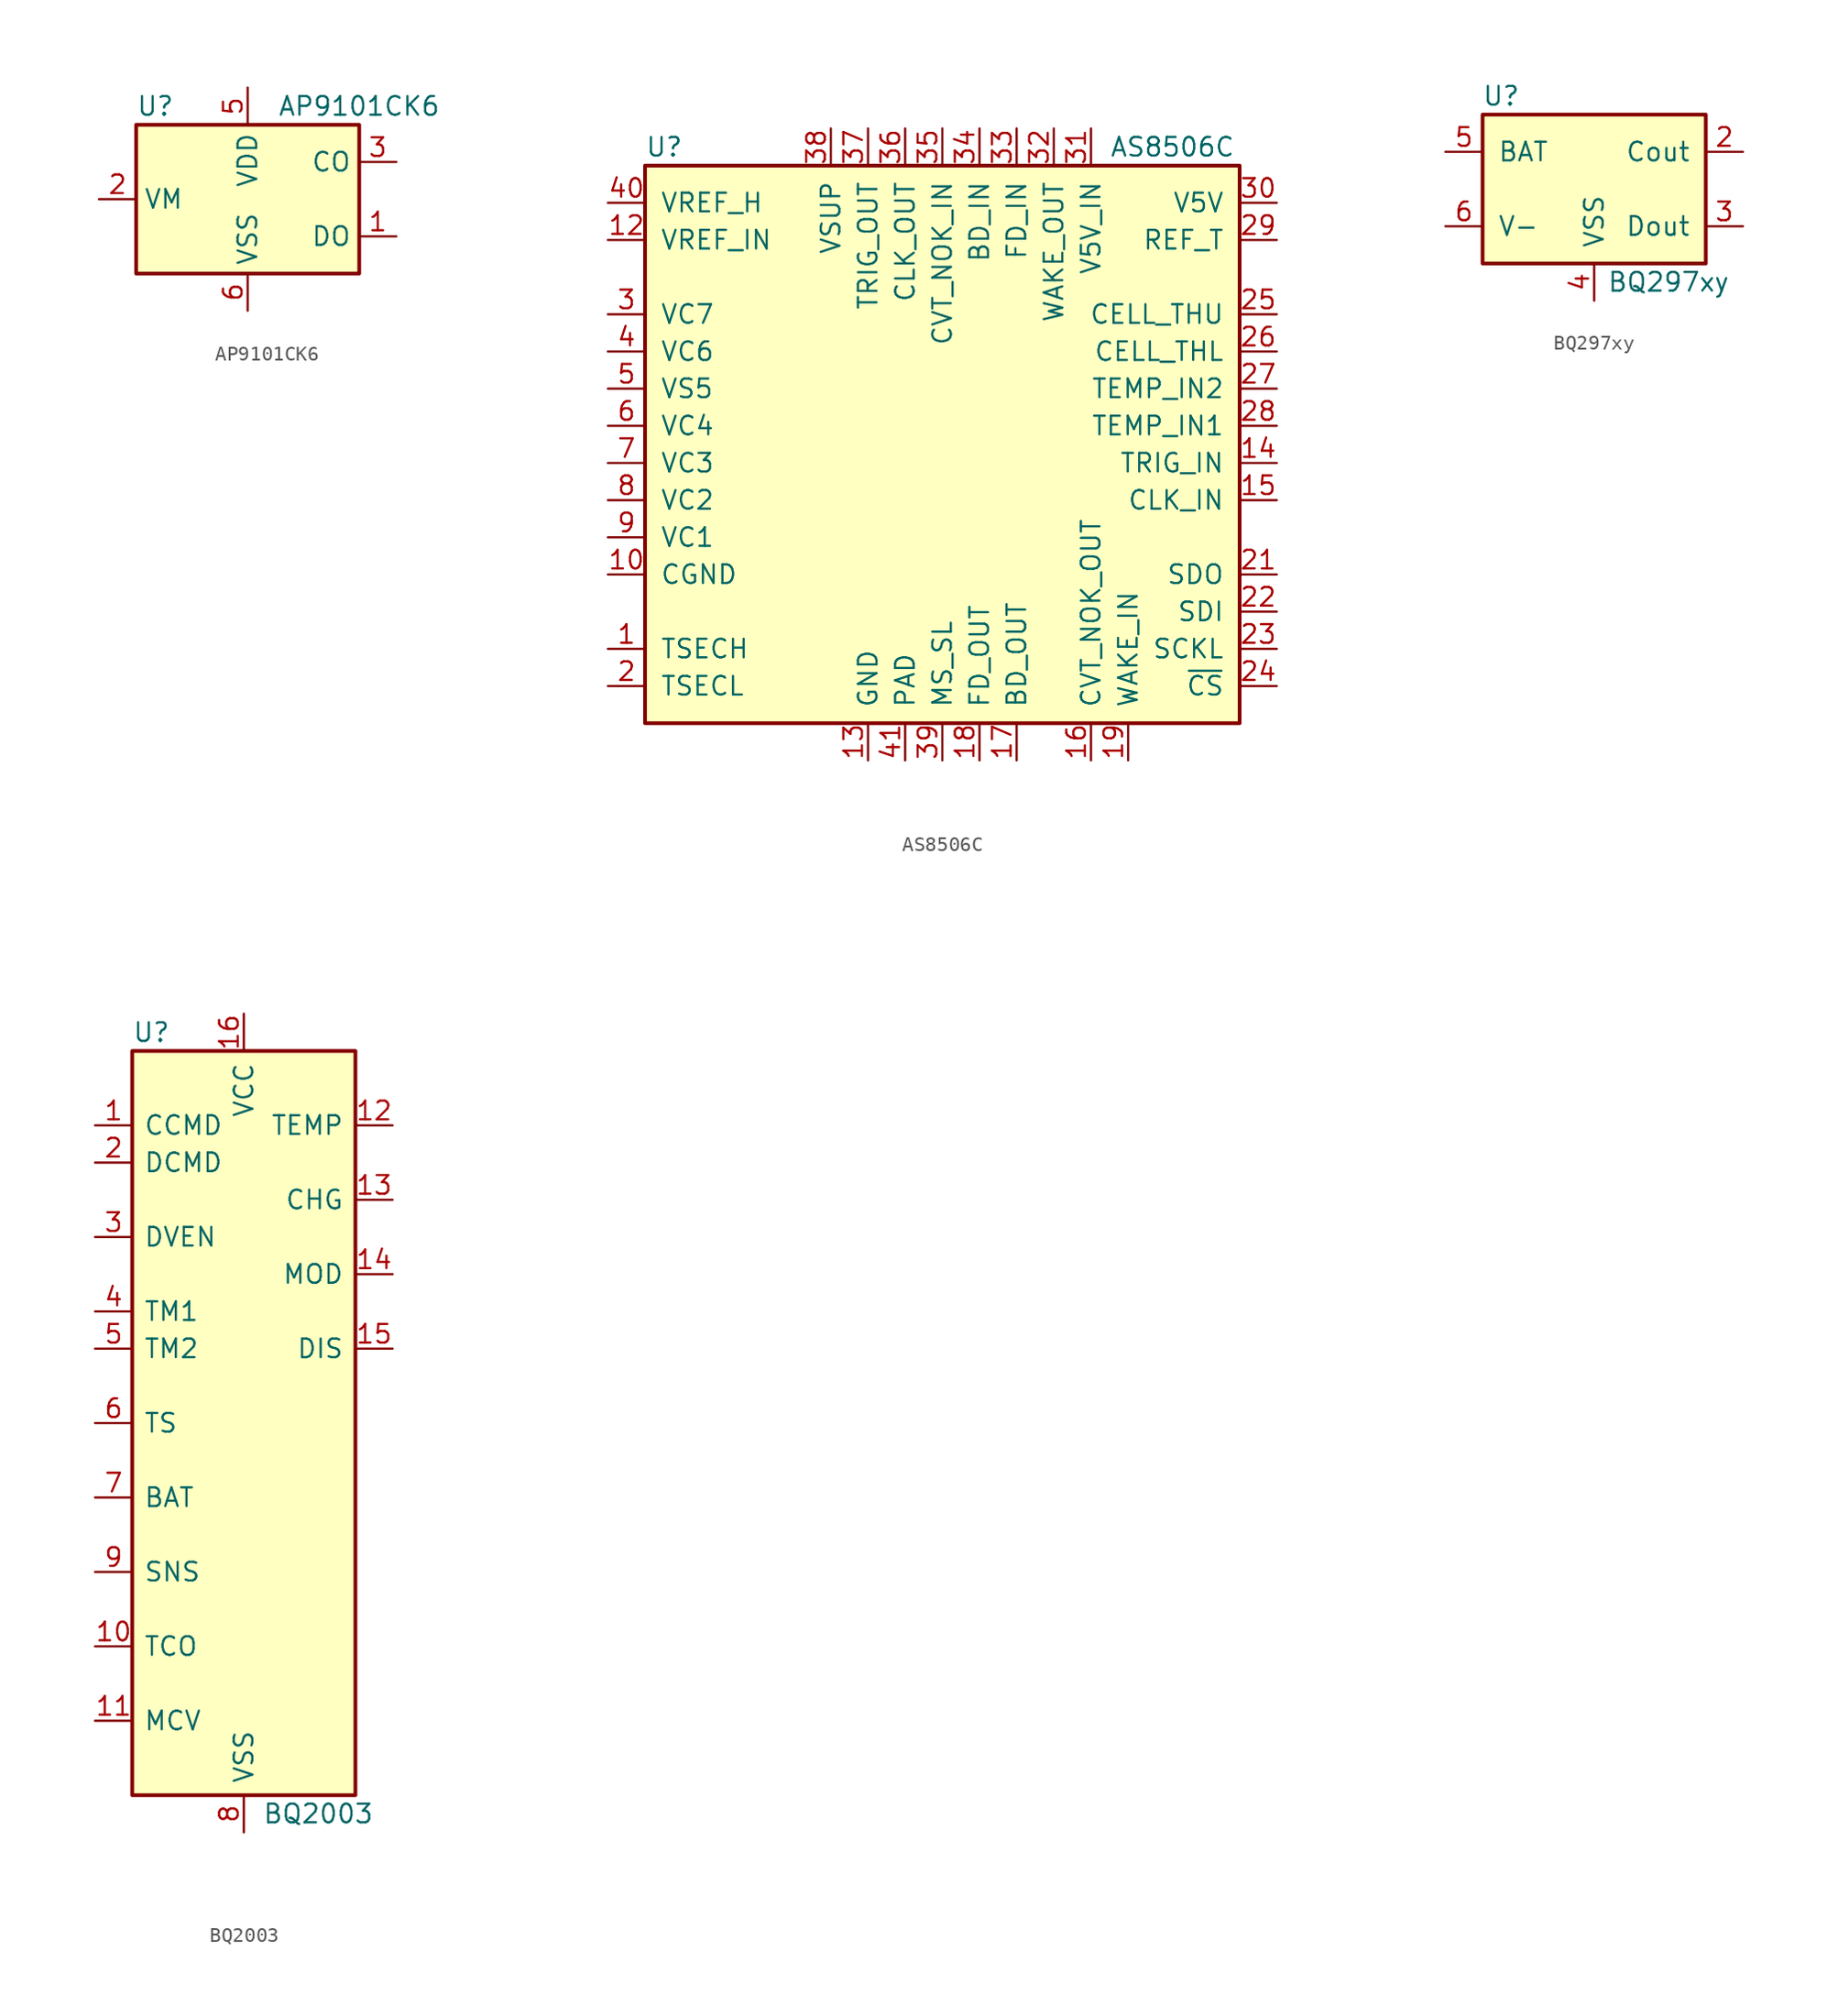
<source format=kicad_sym>
(kicad_symbol_lib
  (version 20200908)
  (generator kicad_symbol_editor)
  (symbol "Battery_Management:AP9101CK6"
    (property "Reference" "U"
      (at -7.62 6.35 0)
      (effects (font (size 1.27 1.27)) (justify left)))
    (property "Value" "AP9101CK6"
      (at 7.62 6.35 0)
      (effects (font (size 1.27 1.27))))
    (symbol "AP9101CK6_0_1"
      (rectangle (start -7.62 5.08) (end 7.62 -5.08) (stroke (width 0.254)) (fill (type background))))
    (symbol "AP9101CK6_1_1"
      (pin output line (at 10.16 -2.54 180) (length 2.54) (name "DO" (effects (font (size 1.27 1.27)))) (number "1" (effects (font (size 1.27 1.27)))))
      (pin passive line (at -10.16 0 0) (length 2.54) (name "VM" (effects (font (size 1.27 1.27)))) (number "2" (effects (font (size 1.27 1.27)))))
      (pin output line (at 10.16 2.54 180) (length 2.54) (name "CO" (effects (font (size 1.27 1.27)))) (number "3" (effects (font (size 1.27 1.27)))))
      (pin unconnected line (at -7.62 -2.54 0) (length 2.54) hide (name "NC" (effects (font (size 1.27 1.27)))) (number "4" (effects (font (size 1.27 1.27)))))
      (pin power_in line (at 0 7.62 270) (length 2.54) (name "VDD" (effects (font (size 1.27 1.27)))) (number "5" (effects (font (size 1.27 1.27)))))
      (pin power_in line (at 0 -7.62 90) (length 2.54) (name "VSS" (effects (font (size 1.27 1.27)))) (number "6" (effects (font (size 1.27 1.27)))))))
  (symbol "Battery_Management:AS8506C"
    (pin_names
      (offset 1.016))
    (property "Reference" "U"
      (at -20.32 21.59 0)
      (effects (font (size 1.27 1.27)) (justify left)))
    (property "Value" "AS8506C"
      (at 11.43 21.59 0)
      (effects (font (size 1.27 1.27)) (justify left)))
    (symbol "AS8506C_0_1"
      (rectangle (start 20.32 -17.78) (end -20.32 20.32) (stroke (width 0.254)) (fill (type background))))
    (symbol "AS8506C_1_1"
      (pin input line (at -22.86 -12.7 0) (length 2.54) (name "TSECH" (effects (font (size 1.27 1.27)))) (number "1" (effects (font (size 1.27 1.27)))))
      (pin input line (at -22.86 -7.62 0) (length 2.54) (name "CGND" (effects (font (size 1.27 1.27)))) (number "10" (effects (font (size 1.27 1.27)))))
      (pin unconnected line (at -10.16 -20.32 90) (length 2.54) hide (name "NC" (effects (font (size 1.27 1.27)))) (number "11" (effects (font (size 1.27 1.27)))))
      (pin input line (at -22.86 15.24 0) (length 2.54) (name "VREF_IN" (effects (font (size 1.27 1.27)))) (number "12" (effects (font (size 1.27 1.27)))))
      (pin power_in line (at -5.08 -20.32 90) (length 2.54) (name "GND" (effects (font (size 1.27 1.27)))) (number "13" (effects (font (size 1.27 1.27)))))
      (pin input line (at 22.86 0 180) (length 2.54) (name "TRIG_IN" (effects (font (size 1.27 1.27)))) (number "14" (effects (font (size 1.27 1.27)))))
      (pin input line (at 22.86 -2.54 180) (length 2.54) (name "CLK_IN" (effects (font (size 1.27 1.27)))) (number "15" (effects (font (size 1.27 1.27)))))
      (pin input line (at 10.16 -20.32 90) (length 2.54) (name "CVT_NOK_OUT" (effects (font (size 1.27 1.27)))) (number "16" (effects (font (size 1.27 1.27)))))
      (pin input line (at 5.08 -20.32 90) (length 2.54) (name "BD_OUT" (effects (font (size 1.27 1.27)))) (number "17" (effects (font (size 1.27 1.27)))))
      (pin input line (at 2.54 -20.32 90) (length 2.54) (name "FD_OUT" (effects (font (size 1.27 1.27)))) (number "18" (effects (font (size 1.27 1.27)))))
      (pin input line (at 12.7 -20.32 90) (length 2.54) (name "WAKE_IN" (effects (font (size 1.27 1.27)))) (number "19" (effects (font (size 1.27 1.27)))))
      (pin input line (at -22.86 -15.24 0) (length 2.54) (name "TSECL" (effects (font (size 1.27 1.27)))) (number "2" (effects (font (size 1.27 1.27)))))
      (pin unconnected line (at -7.62 -20.32 90) (length 2.54) hide (name "NC_T" (effects (font (size 1.27 1.27)))) (number "20" (effects (font (size 1.27 1.27)))))
      (pin output line (at 22.86 -7.62 180) (length 2.54) (name "SDO" (effects (font (size 1.27 1.27)))) (number "21" (effects (font (size 1.27 1.27)))))
      (pin input line (at 22.86 -10.16 180) (length 2.54) (name "SDI" (effects (font (size 1.27 1.27)))) (number "22" (effects (font (size 1.27 1.27)))))
      (pin input line (at 22.86 -12.7 180) (length 2.54) (name "SCKL" (effects (font (size 1.27 1.27)))) (number "23" (effects (font (size 1.27 1.27)))))
      (pin input line (at 22.86 -15.24 180) (length 2.54) (name "~CS" (effects (font (size 1.27 1.27)))) (number "24" (effects (font (size 1.27 1.27)))))
      (pin input line (at 22.86 10.16 180) (length 2.54) (name "CELL_THU" (effects (font (size 1.27 1.27)))) (number "25" (effects (font (size 1.27 1.27)))))
      (pin input line (at 22.86 7.62 180) (length 2.54) (name "CELL_THL" (effects (font (size 1.27 1.27)))) (number "26" (effects (font (size 1.27 1.27)))))
      (pin input line (at 22.86 5.08 180) (length 2.54) (name "TEMP_IN2" (effects (font (size 1.27 1.27)))) (number "27" (effects (font (size 1.27 1.27)))))
      (pin input line (at 22.86 2.54 180) (length 2.54) (name "TEMP_IN1" (effects (font (size 1.27 1.27)))) (number "28" (effects (font (size 1.27 1.27)))))
      (pin input line (at 22.86 15.24 180) (length 2.54) (name "REF_T" (effects (font (size 1.27 1.27)))) (number "29" (effects (font (size 1.27 1.27)))))
      (pin input line (at -22.86 10.16 0) (length 2.54) (name "VC7" (effects (font (size 1.27 1.27)))) (number "3" (effects (font (size 1.27 1.27)))))
      (pin input line (at 22.86 17.78 180) (length 2.54) (name "V5V" (effects (font (size 1.27 1.27)))) (number "30" (effects (font (size 1.27 1.27)))))
      (pin input line (at 10.16 22.86 270) (length 2.54) (name "V5V_IN" (effects (font (size 1.27 1.27)))) (number "31" (effects (font (size 1.27 1.27)))))
      (pin input line (at 7.62 22.86 270) (length 2.54) (name "WAKE_OUT" (effects (font (size 1.27 1.27)))) (number "32" (effects (font (size 1.27 1.27)))))
      (pin input line (at 5.08 22.86 270) (length 2.54) (name "FD_IN" (effects (font (size 1.27 1.27)))) (number "33" (effects (font (size 1.27 1.27)))))
      (pin input line (at 2.54 22.86 270) (length 2.54) (name "BD_IN" (effects (font (size 1.27 1.27)))) (number "34" (effects (font (size 1.27 1.27)))))
      (pin input line (at 0 22.86 270) (length 2.54) (name "CVT_NOK_IN" (effects (font (size 1.27 1.27)))) (number "35" (effects (font (size 1.27 1.27)))))
      (pin input line (at -2.54 22.86 270) (length 2.54) (name "CLK_OUT" (effects (font (size 1.27 1.27)))) (number "36" (effects (font (size 1.27 1.27)))))
      (pin input line (at -5.08 22.86 270) (length 2.54) (name "TRIG_OUT" (effects (font (size 1.27 1.27)))) (number "37" (effects (font (size 1.27 1.27)))))
      (pin power_in line (at -7.62 22.86 270) (length 2.54) (name "VSUP" (effects (font (size 1.27 1.27)))) (number "38" (effects (font (size 1.27 1.27)))))
      (pin input line (at 0 -20.32 90) (length 2.54) (name "MS_SL" (effects (font (size 1.27 1.27)))) (number "39" (effects (font (size 1.27 1.27)))))
      (pin input line (at -22.86 7.62 0) (length 2.54) (name "VC6" (effects (font (size 1.27 1.27)))) (number "4" (effects (font (size 1.27 1.27)))))
      (pin input line (at -22.86 17.78 0) (length 2.54) (name "VREF_H" (effects (font (size 1.27 1.27)))) (number "40" (effects (font (size 1.27 1.27)))))
      (pin power_in line (at -2.54 -20.32 90) (length 2.54) (name "PAD" (effects (font (size 1.27 1.27)))) (number "41" (effects (font (size 1.27 1.27)))))
      (pin input line (at -22.86 5.08 0) (length 2.54) (name "VS5" (effects (font (size 1.27 1.27)))) (number "5" (effects (font (size 1.27 1.27)))))
      (pin input line (at -22.86 2.54 0) (length 2.54) (name "VC4" (effects (font (size 1.27 1.27)))) (number "6" (effects (font (size 1.27 1.27)))))
      (pin input line (at -22.86 0 0) (length 2.54) (name "VC3" (effects (font (size 1.27 1.27)))) (number "7" (effects (font (size 1.27 1.27)))))
      (pin input line (at -22.86 -2.54 0) (length 2.54) (name "VC2" (effects (font (size 1.27 1.27)))) (number "8" (effects (font (size 1.27 1.27)))))
      (pin input line (at -22.86 -5.08 0) (length 2.54) (name "VC1" (effects (font (size 1.27 1.27)))) (number "9" (effects (font (size 1.27 1.27)))))))
  (symbol "Battery_Management:BQ297xy"
    (pin_names
      (offset 1.016))
    (property "Reference" "U"
      (at -6.35 6.35 0)
      (effects (font (size 1.27 1.27))))
    (property "Value" "BQ297xy"
      (at 5.08 -6.35 0)
      (effects (font (size 1.27 1.27))))
    (symbol "BQ297xy_0_1"
      (rectangle (start -7.62 5.08) (end 7.62 -5.08) (stroke (width 0.254)) (fill (type background))))
    (symbol "BQ297xy_1_1"
      (pin unconnected line (at 7.62 0 180) (length 2.54) hide (name "NC" (effects (font (size 1.27 1.27)))) (number "1" (effects (font (size 1.27 1.27)))))
      (pin output line (at 10.16 2.54 180) (length 2.54) (name "Cout" (effects (font (size 1.27 1.27)))) (number "2" (effects (font (size 1.27 1.27)))))
      (pin output line (at 10.16 -2.54 180) (length 2.54) (name "Dout" (effects (font (size 1.27 1.27)))) (number "3" (effects (font (size 1.27 1.27)))))
      (pin power_in line (at 0 -7.62 90) (length 2.54) (name "VSS" (effects (font (size 1.27 1.27)))) (number "4" (effects (font (size 1.27 1.27)))))
      (pin input line (at -10.16 2.54 0) (length 2.54) (name "BAT" (effects (font (size 1.27 1.27)))) (number "5" (effects (font (size 1.27 1.27)))))
      (pin input line (at -10.16 -2.54 0) (length 2.54) (name "V-" (effects (font (size 1.27 1.27)))) (number "6" (effects (font (size 1.27 1.27)))))))
  (symbol "Battery_Management:BQ2003"
    (pin_names
      (offset 0.762))
    (property "Reference" "U"
      (at -7.62 26.67 0)
      (effects (font (size 1.27 1.27)) (justify left)))
    (property "Value" "BQ2003"
      (at 5.08 -26.67 0)
      (effects (font (size 1.27 1.27))))
    (symbol "BQ2003_0_1"
      (rectangle (start -7.62 -25.4) (end 7.62 25.4) (stroke (width 0.254)) (fill (type background))))
    (symbol "BQ2003_1_1"
      (pin input line (at -10.16 20.32 0) (length 2.54) (name "CCMD" (effects (font (size 1.27 1.27)))) (number "1" (effects (font (size 1.27 1.27)))))
      (pin input line (at -10.16 -15.24 0) (length 2.54) (name "TCO" (effects (font (size 1.27 1.27)))) (number "10" (effects (font (size 1.27 1.27)))))
      (pin input line (at -10.16 -20.32 0) (length 2.54) (name "MCV" (effects (font (size 1.27 1.27)))) (number "11" (effects (font (size 1.27 1.27)))))
      (pin output line (at 10.16 20.32 180) (length 2.54) (name "TEMP" (effects (font (size 1.27 1.27)))) (number "12" (effects (font (size 1.27 1.27)))))
      (pin output line (at 10.16 15.24 180) (length 2.54) (name "CHG" (effects (font (size 1.27 1.27)))) (number "13" (effects (font (size 1.27 1.27)))))
      (pin output line (at 10.16 10.16 180) (length 2.54) (name "MOD" (effects (font (size 1.27 1.27)))) (number "14" (effects (font (size 1.27 1.27)))))
      (pin output line (at 10.16 5.08 180) (length 2.54) (name "DIS" (effects (font (size 1.27 1.27)))) (number "15" (effects (font (size 1.27 1.27)))))
      (pin power_in line (at 0 27.94 270) (length 2.54) (name "VCC" (effects (font (size 1.27 1.27)))) (number "16" (effects (font (size 1.27 1.27)))))
      (pin input line (at -10.16 17.78 0) (length 2.54) (name "DCMD" (effects (font (size 1.27 1.27)))) (number "2" (effects (font (size 1.27 1.27)))))
      (pin input line (at -10.16 12.7 0) (length 2.54) (name "DVEN" (effects (font (size 1.27 1.27)))) (number "3" (effects (font (size 1.27 1.27)))))
      (pin input line (at -10.16 7.62 0) (length 2.54) (name "TM1" (effects (font (size 1.27 1.27)))) (number "4" (effects (font (size 1.27 1.27)))))
      (pin input line (at -10.16 5.08 0) (length 2.54) (name "TM2" (effects (font (size 1.27 1.27)))) (number "5" (effects (font (size 1.27 1.27)))))
      (pin input line (at -10.16 0 0) (length 2.54) (name "TS" (effects (font (size 1.27 1.27)))) (number "6" (effects (font (size 1.27 1.27)))))
      (pin input line (at -10.16 -5.08 0) (length 2.54) (name "BAT" (effects (font (size 1.27 1.27)))) (number "7" (effects (font (size 1.27 1.27)))))
      (pin power_in line (at 0 -27.94 90) (length 2.54) (name "VSS" (effects (font (size 1.27 1.27)))) (number "8" (effects (font (size 1.27 1.27)))))
      (pin input line (at -10.16 -10.16 0) (length 2.54) (name "SNS" (effects (font (size 1.27 1.27)))) (number "9" (effects (font (size 1.27 1.27))))))))
</source>
